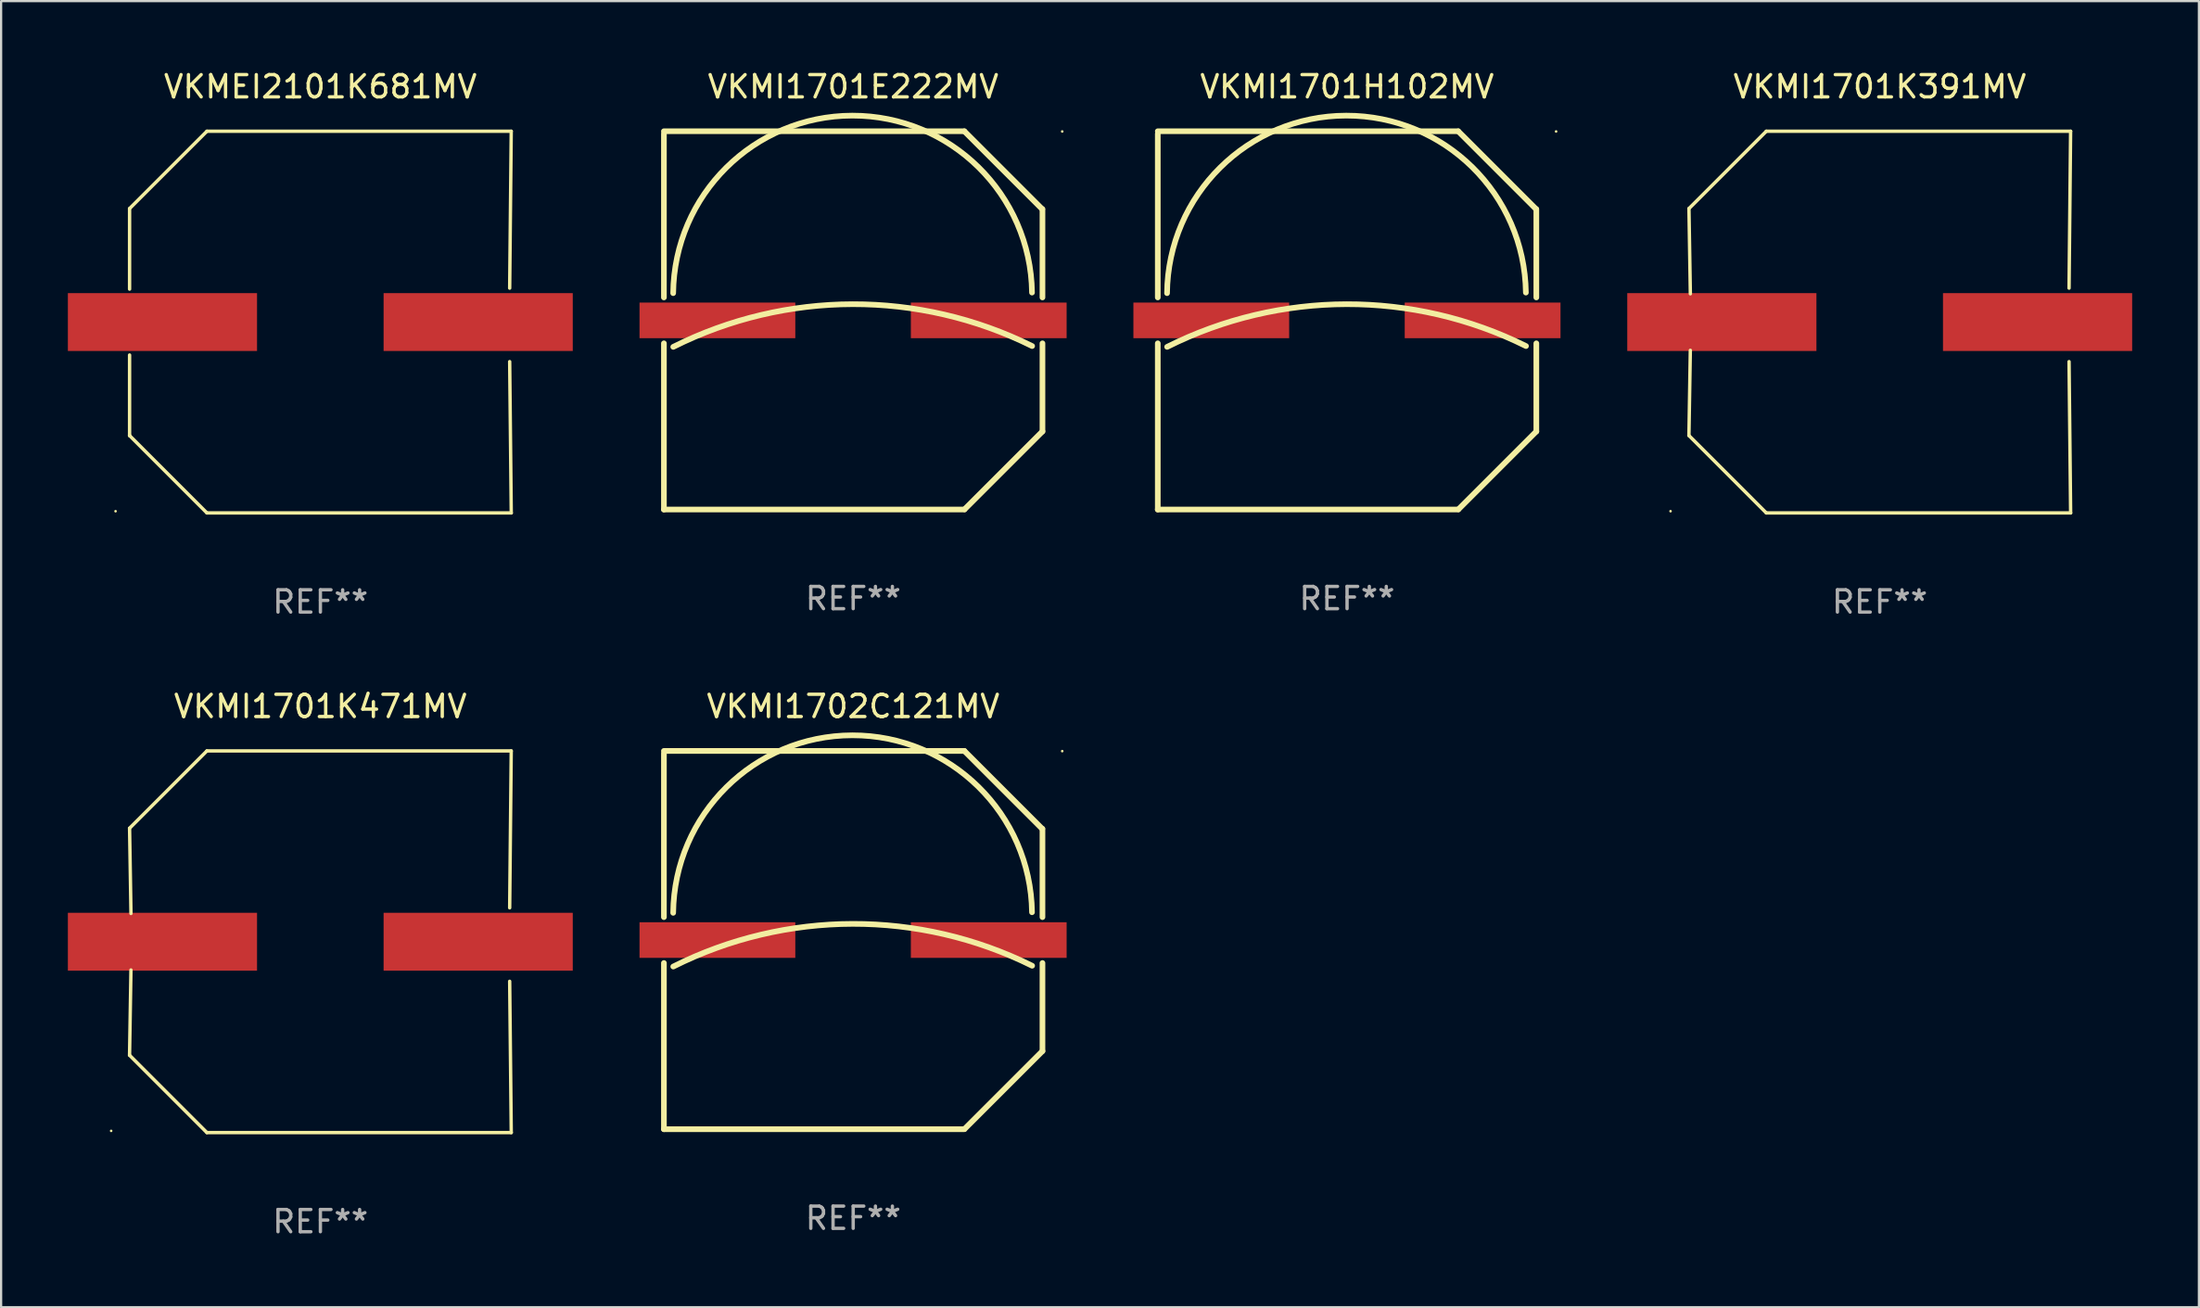
<source format=kicad_pcb>
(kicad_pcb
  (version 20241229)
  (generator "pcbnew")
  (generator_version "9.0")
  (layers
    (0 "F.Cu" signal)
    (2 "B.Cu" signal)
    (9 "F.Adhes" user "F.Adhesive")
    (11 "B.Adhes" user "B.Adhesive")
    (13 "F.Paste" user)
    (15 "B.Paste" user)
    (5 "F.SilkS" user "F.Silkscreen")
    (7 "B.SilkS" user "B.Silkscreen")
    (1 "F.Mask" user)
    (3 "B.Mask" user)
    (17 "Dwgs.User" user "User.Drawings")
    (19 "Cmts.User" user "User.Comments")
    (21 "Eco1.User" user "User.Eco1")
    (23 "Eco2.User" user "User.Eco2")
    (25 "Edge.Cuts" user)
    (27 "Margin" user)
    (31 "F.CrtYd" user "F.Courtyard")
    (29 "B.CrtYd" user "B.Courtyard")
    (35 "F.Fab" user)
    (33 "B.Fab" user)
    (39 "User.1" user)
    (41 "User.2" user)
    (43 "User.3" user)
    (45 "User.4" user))
  (footprint "VKMI1701K391MV"
    (layer "F.Cu")
    (at 81.418 11.424)
    (property "Reference" "VKMI1701K391MV" (at 0 -10.576 0) (layer "F.SilkS") (effects (font (size 1 1) (thickness 0.15))))
    (attr through_hole)
    (fp_line (start -8.576 5.099) (end -8.513 1.269) (stroke (width 0.152) (type solid)) (layer "F.SilkS"))
    (fp_line (start -8.575 -5.101) (end -8.512 -1.271) (stroke (width 0.152) (type solid)) (layer "F.SilkS"))
    (fp_line (start -5.1 -8.576) (end -8.575 -5.101) (stroke (width 0.152) (type solid)) (layer "F.SilkS"))
    (fp_line (start -5.1 8.576) (end -8.576 5.099) (stroke (width 0.152) (type solid)) (layer "F.SilkS"))
    (fp_line (start 8.505 -1.525) (end 8.575 -8.576) (stroke (width 0.152) (type solid)) (layer "F.SilkS"))
    (fp_line (start 8.505 1.777) (end 8.576 8.576) (stroke (width 0.152) (type solid)) (layer "F.SilkS"))
    (fp_line (start 8.575 -8.576) (end -5.1 -8.576) (stroke (width 0.152) (type solid)) (layer "F.SilkS"))
    (fp_line (start 8.576 8.576) (end -5.1 8.576) (stroke (width 0.152) (type solid)) (layer "F.SilkS"))
    (fp_circle (center -9.402 8.499) (end -9.372 8.499) (stroke (width 0.06) (type solid)) (fill no) (layer "F.SilkS"))
    (fp_text user "REF**" (at 0 12.576 0) (layer "F.Fab") (effects (font (size 1 1) (thickness 0.15))))
    (pad "1" smd rect (at -7.097 -0.001) (size 8.5 2.6) (layers "F.Cu" "F.Mask" "F.Paste"))
    (pad "2" smd rect (at 7.09 -0.001) (size 8.5 2.6) (layers "F.Cu" "F.Mask" "F.Paste")))
  (footprint "VKMI1701K471MV"
    (layer "F.Cu")
    (at 11.347 39.272)
    (property "Reference" "VKMI1701K471MV" (at 0 -10.576 0) (layer "F.SilkS") (effects (font (size 1 1) (thickness 0.15))))
    (attr through_hole)
    (fp_line (start -8.576 5.099) (end -8.513 1.269) (stroke (width 0.152) (type solid)) (layer "F.SilkS"))
    (fp_line (start -8.575 -5.101) (end -8.512 -1.271) (stroke (width 0.152) (type solid)) (layer "F.SilkS"))
    (fp_line (start -5.1 -8.576) (end -8.575 -5.101) (stroke (width 0.152) (type solid)) (layer "F.SilkS"))
    (fp_line (start -5.1 8.576) (end -8.576 5.099) (stroke (width 0.152) (type solid)) (layer "F.SilkS"))
    (fp_line (start 8.505 -1.525) (end 8.575 -8.576) (stroke (width 0.152) (type solid)) (layer "F.SilkS"))
    (fp_line (start 8.505 1.777) (end 8.576 8.576) (stroke (width 0.152) (type solid)) (layer "F.SilkS"))
    (fp_line (start 8.575 -8.576) (end -5.1 -8.576) (stroke (width 0.152) (type solid)) (layer "F.SilkS"))
    (fp_line (start 8.576 8.576) (end -5.1 8.576) (stroke (width 0.152) (type solid)) (layer "F.SilkS"))
    (fp_circle (center -9.402 8.499) (end -9.372 8.499) (stroke (width 0.06) (type solid)) (fill no) (layer "F.SilkS"))
    (fp_text user "REF**" (at 0 12.576 0) (layer "F.Fab") (effects (font (size 1 1) (thickness 0.15))))
    (pad "1" smd rect (at -7.097 -0.001) (size 8.5 2.6) (layers "F.Cu" "F.Mask" "F.Paste"))
    (pad "2" smd rect (at 7.09 -0.001) (size 8.5 2.6) (layers "F.Cu" "F.Mask" "F.Paste")))
  (footprint "VKMI1701H102MV"
    (layer "F.Cu")
    (at 57.48 11.348)
    (property "Reference" "VKMI1701H102MV" (at 0 -10.5 0) (layer "F.SilkS") (effects (font (size 1 1) (thickness 0.15))))
    (attr through_hole)
    (fp_line (start -8.505 -1.031) (end -8.505 -8.39) (stroke (width 0.254) (type solid)) (layer "F.SilkS"))
    (fp_line (start -8.505 8.5) (end -8.505 1.031) (stroke (width 0.254) (type solid)) (layer "F.SilkS"))
    (fp_line (start -8.505 8.5) (end 4.995 8.5) (stroke (width 0.254) (type solid)) (layer "F.SilkS"))
    (fp_line (start 4.995 -8.5) (end -8.505 -8.5) (stroke (width 0.254) (type solid)) (layer "F.SilkS"))
    (fp_line (start 8.495 -5) (end 4.996 -8.499) (stroke (width 0.254) (type solid)) (layer "F.SilkS"))
    (fp_line (start 8.505 -1.031) (end 8.505 -5) (stroke (width 0.254) (type solid)) (layer "F.SilkS"))
    (fp_line (start 8.505 4.99) (end 5.006 8.489) (stroke (width 0.254) (type solid)) (layer "F.SilkS"))
    (fp_line (start 8.505 4.99) (end 8.505 1.031) (stroke (width 0.254) (type solid)) (layer "F.SilkS"))
    (fp_arc (start -8.088785 -1.223851) (mid -0.039808 -9.201014) (end 8.035014 -1.250013) (stroke (width 0.254001) (type solid)) (layer "F.SilkS"))
    (fp_arc (start -8.085001 1.189992) (mid -0.026494 -0.727673) (end 8.040653 1.153314) (stroke (width 0.254001) (type solid)) (layer "F.SilkS"))
    (fp_circle (center 9.393 -8.49) (end 9.423 -8.49) (stroke (width 0.06) (type solid)) (fill no) (layer "F.SilkS"))
    (fp_text user "REF**" (at 0 12.5 0) (layer "F.Fab") (effects (font (size 1 1) (thickness 0.15))))
    (pad "1" smd rect (at 6.091 0 270) (size 1.6 7) (layers "F.Cu" "F.Mask" "F.Paste"))
    (pad "2" smd rect (at -6.101 0 270) (size 1.6 7) (layers "F.Cu" "F.Mask" "F.Paste")))
  (footprint "VKMEI2101K681MV"
    (layer "F.Cu")
    (at 11.347 11.424)
    (property "Reference" "VKMEI2101K681MV" (at 0 -10.576 0) (layer "F.SilkS") (effects (font (size 1 1) (thickness 0.15))))
    (attr through_hole)
    (fp_line (start -8.575 -5.101) (end -8.575 -1.481) (stroke (width 0.152) (type solid)) (layer "F.SilkS"))
    (fp_line (start -8.575 1.48) (end -8.575 5.098) (stroke (width 0.152) (type solid)) (layer "F.SilkS"))
    (fp_line (start -8.575 5.098) (end -8.576 5.099) (stroke (width 0.152) (type solid)) (layer "F.SilkS"))
    (fp_line (start -5.1 -8.576) (end -8.575 -5.101) (stroke (width 0.152) (type solid)) (layer "F.SilkS"))
    (fp_line (start -5.1 8.576) (end -8.576 5.099) (stroke (width 0.152) (type solid)) (layer "F.SilkS"))
    (fp_line (start 8.505 -1.525) (end 8.575 -8.576) (stroke (width 0.152) (type solid)) (layer "F.SilkS"))
    (fp_line (start 8.505 1.777) (end 8.576 8.576) (stroke (width 0.152) (type solid)) (layer "F.SilkS"))
    (fp_line (start 8.575 -8.576) (end -5.1 -8.576) (stroke (width 0.152) (type solid)) (layer "F.SilkS"))
    (fp_line (start 8.576 8.576) (end -5.1 8.576) (stroke (width 0.152) (type solid)) (layer "F.SilkS"))
    (fp_circle (center -9.204 8.5) (end -9.174 8.5) (stroke (width 0.06) (type solid)) (fill no) (layer "F.SilkS"))
    (fp_text user "REF**" (at 0 12.576 0) (layer "F.Fab") (effects (font (size 1 1) (thickness 0.15))))
    (pad "1" smd rect (at -7.097 -0.001) (size 8.5 2.6) (layers "F.Cu" "F.Mask" "F.Paste"))
    (pad "2" smd rect (at 7.09 -0.001) (size 8.5 2.6) (layers "F.Cu" "F.Mask" "F.Paste")))
  (footprint "VKMI1702C121MV"
    (layer "F.Cu")
    (at 35.288 39.196)
    (property "Reference" "VKMI1702C121MV" (at 0 -10.5 0) (layer "F.SilkS") (effects (font (size 1 1) (thickness 0.15))))
    (attr through_hole)
    (fp_line (start -8.505 -1.031) (end -8.505 -8.39) (stroke (width 0.254) (type solid)) (layer "F.SilkS"))
    (fp_line (start -8.505 8.5) (end -8.505 1.031) (stroke (width 0.254) (type solid)) (layer "F.SilkS"))
    (fp_line (start -8.505 8.5) (end 4.995 8.5) (stroke (width 0.254) (type solid)) (layer "F.SilkS"))
    (fp_line (start 4.995 -8.5) (end -8.505 -8.5) (stroke (width 0.254) (type solid)) (layer "F.SilkS"))
    (fp_line (start 8.495 -5) (end 4.996 -8.499) (stroke (width 0.254) (type solid)) (layer "F.SilkS"))
    (fp_line (start 8.505 -1.031) (end 8.505 -5) (stroke (width 0.254) (type solid)) (layer "F.SilkS"))
    (fp_line (start 8.505 4.99) (end 5.006 8.489) (stroke (width 0.254) (type solid)) (layer "F.SilkS"))
    (fp_line (start 8.505 4.99) (end 8.505 1.031) (stroke (width 0.254) (type solid)) (layer "F.SilkS"))
    (fp_arc (start -8.088785 -1.223851) (mid -0.039808 -9.201014) (end 8.035014 -1.250013) (stroke (width 0.254001) (type solid)) (layer "F.SilkS"))
    (fp_arc (start -8.085001 1.189992) (mid -0.026494 -0.727673) (end 8.040653 1.153314) (stroke (width 0.254001) (type solid)) (layer "F.SilkS"))
    (fp_circle (center 9.393 -8.49) (end 9.423 -8.49) (stroke (width 0.06) (type solid)) (fill no) (layer "F.SilkS"))
    (fp_text user "REF**" (at 0 12.5 0) (layer "F.Fab") (effects (font (size 1 1) (thickness 0.15))))
    (pad "1" smd rect (at 6.091 0 270) (size 1.6 7) (layers "F.Cu" "F.Mask" "F.Paste"))
    (pad "2" smd rect (at -6.101 0 270) (size 1.6 7) (layers "F.Cu" "F.Mask" "F.Paste")))
  (footprint "VKMI1701E222MV"
    (layer "F.Cu")
    (at 35.288 11.348)
    (property "Reference" "VKMI1701E222MV" (at 0 -10.5 0) (layer "F.SilkS") (effects (font (size 1 1) (thickness 0.15))))
    (attr through_hole)
    (fp_line (start -8.505 -1.031) (end -8.505 -8.39) (stroke (width 0.254) (type solid)) (layer "F.SilkS"))
    (fp_line (start -8.505 8.5) (end -8.505 1.031) (stroke (width 0.254) (type solid)) (layer "F.SilkS"))
    (fp_line (start -8.505 8.5) (end 4.995 8.5) (stroke (width 0.254) (type solid)) (layer "F.SilkS"))
    (fp_line (start 4.995 -8.5) (end -8.505 -8.5) (stroke (width 0.254) (type solid)) (layer "F.SilkS"))
    (fp_line (start 8.495 -5) (end 4.996 -8.499) (stroke (width 0.254) (type solid)) (layer "F.SilkS"))
    (fp_line (start 8.505 -1.031) (end 8.505 -5) (stroke (width 0.254) (type solid)) (layer "F.SilkS"))
    (fp_line (start 8.505 4.99) (end 5.006 8.489) (stroke (width 0.254) (type solid)) (layer "F.SilkS"))
    (fp_line (start 8.505 4.99) (end 8.505 1.031) (stroke (width 0.254) (type solid)) (layer "F.SilkS"))
    (fp_arc (start -8.088785 -1.223851) (mid -0.039808 -9.201014) (end 8.035014 -1.250013) (stroke (width 0.254001) (type solid)) (layer "F.SilkS"))
    (fp_arc (start -8.085001 1.189992) (mid -0.026494 -0.727673) (end 8.040653 1.153314) (stroke (width 0.254001) (type solid)) (layer "F.SilkS"))
    (fp_circle (center 9.393 -8.49) (end 9.423 -8.49) (stroke (width 0.06) (type solid)) (fill no) (layer "F.SilkS"))
    (fp_text user "REF**" (at 0 12.5 0) (layer "F.Fab") (effects (font (size 1 1) (thickness 0.15))))
    (pad "1" smd rect (at 6.091 0 270) (size 1.6 7) (layers "F.Cu" "F.Mask" "F.Paste"))
    (pad "2" smd rect (at -6.101 0 270) (size 1.6 7) (layers "F.Cu" "F.Mask" "F.Paste")))
  (gr_rect
    (start -3 -3)
    (end 95.758 55.696)
    (stroke (width 0.1) (type default))
    (fill no)
    (layer "Edge.Cuts")))
</source>
